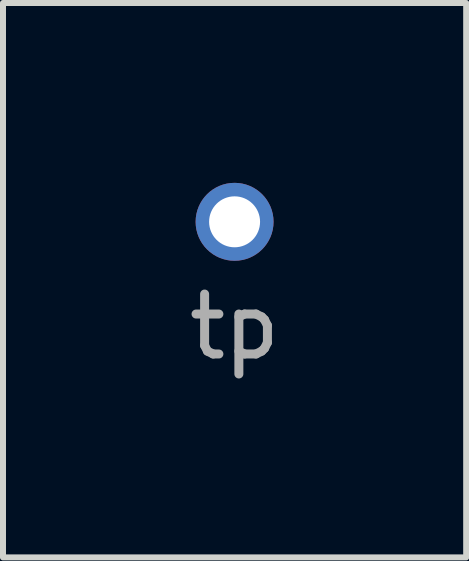
<source format=kicad_pcb>
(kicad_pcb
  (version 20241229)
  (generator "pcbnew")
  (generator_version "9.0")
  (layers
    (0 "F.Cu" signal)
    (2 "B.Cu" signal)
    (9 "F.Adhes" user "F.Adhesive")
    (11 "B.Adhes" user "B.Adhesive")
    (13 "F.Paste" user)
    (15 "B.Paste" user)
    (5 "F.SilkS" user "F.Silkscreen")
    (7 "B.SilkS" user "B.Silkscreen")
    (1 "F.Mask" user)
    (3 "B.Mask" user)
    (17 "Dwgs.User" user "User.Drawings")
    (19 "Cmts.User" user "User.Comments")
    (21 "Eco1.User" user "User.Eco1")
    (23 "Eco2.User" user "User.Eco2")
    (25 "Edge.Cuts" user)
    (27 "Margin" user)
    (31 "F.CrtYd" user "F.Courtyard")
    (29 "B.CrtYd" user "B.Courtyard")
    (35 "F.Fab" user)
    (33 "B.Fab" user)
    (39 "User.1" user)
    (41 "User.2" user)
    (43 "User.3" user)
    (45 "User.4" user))
  (footprint "tp"
    (layer "F.Cu")
    (at 0.863 0.65)
    (property "Reference" "tp" (at 0 1.75 0) (layer "F.Fab") (effects (font (size 1 1) (thickness 0.15))))
    (attr through_hole)
    (pad "1" thru_hole circle (at 0 0) (size 1.3 1.3) (drill 0.85) (layers "*.Cu" "*.Mask")))
  (gr_rect
    (start -3 -3)
    (end 4.726 6.248)
    (stroke (width 0.1) (type default))
    (fill no)
    (layer "Edge.Cuts")))
</source>
